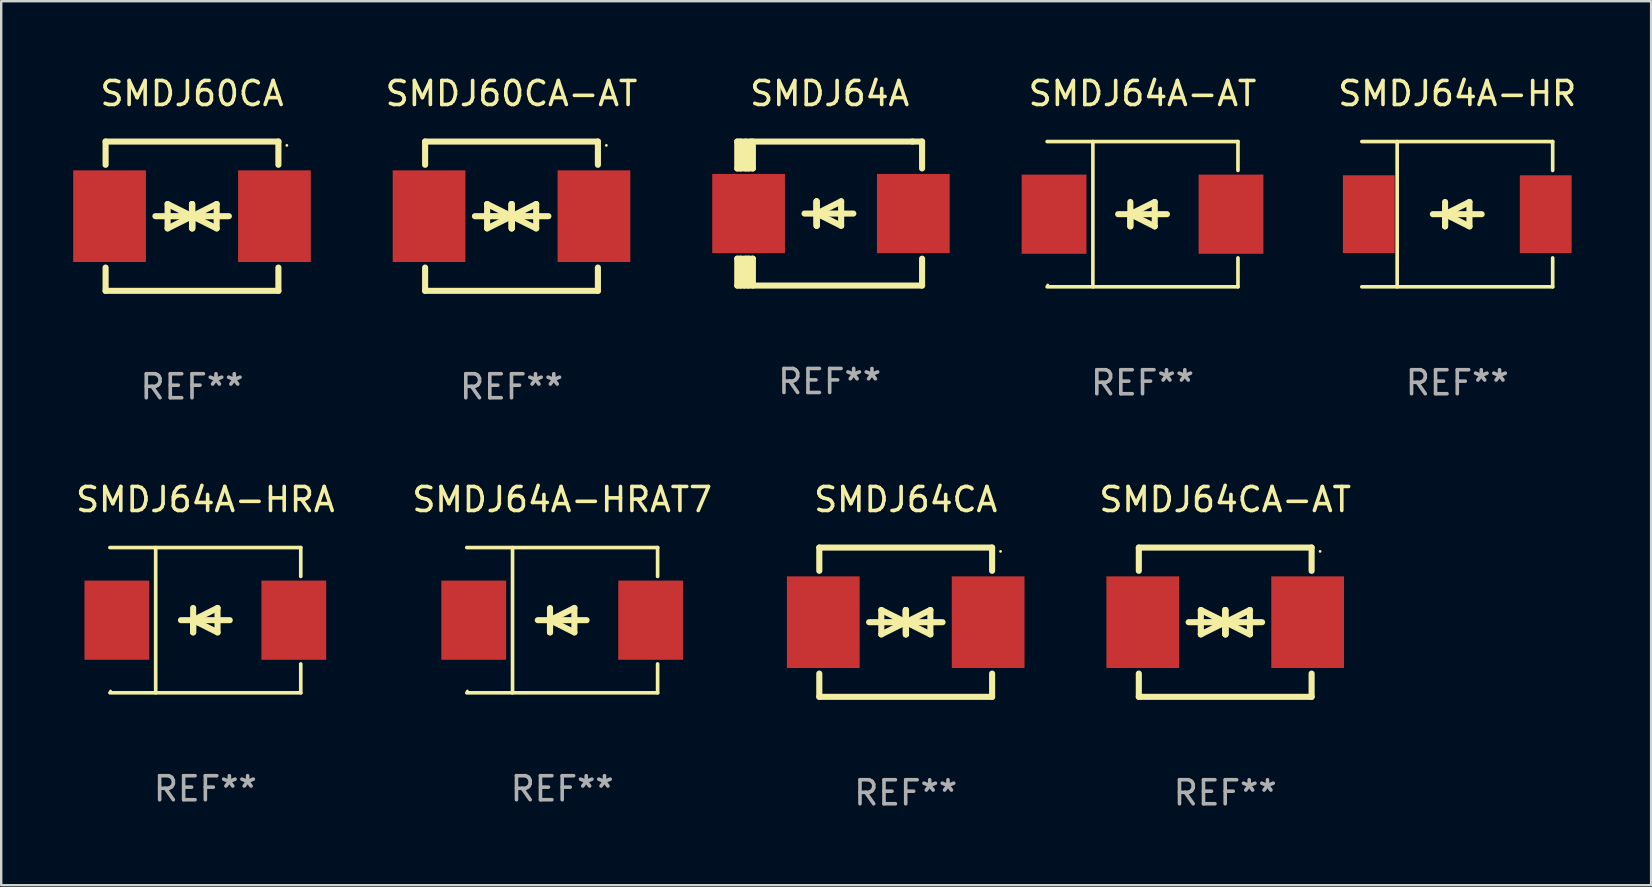
<source format=kicad_pcb>
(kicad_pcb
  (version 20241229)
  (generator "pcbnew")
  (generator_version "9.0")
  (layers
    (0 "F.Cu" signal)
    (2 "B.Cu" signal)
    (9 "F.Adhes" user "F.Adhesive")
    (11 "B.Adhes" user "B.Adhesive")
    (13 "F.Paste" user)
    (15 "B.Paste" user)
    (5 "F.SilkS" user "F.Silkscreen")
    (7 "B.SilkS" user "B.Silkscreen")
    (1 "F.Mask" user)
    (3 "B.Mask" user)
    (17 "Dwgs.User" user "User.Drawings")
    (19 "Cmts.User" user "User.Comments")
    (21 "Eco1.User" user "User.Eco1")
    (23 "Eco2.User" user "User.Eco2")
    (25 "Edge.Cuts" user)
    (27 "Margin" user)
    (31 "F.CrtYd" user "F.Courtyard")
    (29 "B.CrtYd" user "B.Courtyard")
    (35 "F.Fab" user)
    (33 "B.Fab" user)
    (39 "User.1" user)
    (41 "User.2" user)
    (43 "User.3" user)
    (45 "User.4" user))
  (footprint "SMDJ60CA-AT"
    (layer "F.Cu")
    (at 18.263 5.958)
    (property "Reference" "SMDJ60CA-AT" (at 0 -5.11 0) (layer "F.SilkS") (effects (font (size 1 1) (thickness 0.15))))
    (attr through_hole)
    (fp_line (start -3.6 -2.141) (end -3.6 -3.11) (stroke (width 0.254) (type solid)) (layer "F.SilkS"))
    (fp_line (start -3.6 3.11) (end -3.6 2.141) (stroke (width 0.254) (type solid)) (layer "F.SilkS"))
    (fp_line (start -1.524 0) (end 0.508 0) (stroke (width 0.254) (type solid)) (layer "F.SilkS"))
    (fp_line (start -1.016 -0.508) (end -1.016 0.508) (stroke (width 0.254) (type solid)) (layer "F.SilkS"))
    (fp_line (start -1.016 0.508) (end 0 0) (stroke (width 0.254) (type solid)) (layer "F.SilkS"))
    (fp_line (start 0 -0.508) (end 0 0.508) (stroke (width 0.254) (type solid)) (layer "F.SilkS"))
    (fp_line (start 0 0) (end -1.016 -0.508) (stroke (width 0.254) (type solid)) (layer "F.SilkS"))
    (fp_line (start 0 0) (end 0 -0.508) (stroke (width 0.254) (type solid)) (layer "F.SilkS"))
    (fp_line (start 0.012 0) (end 0.012 0.508) (stroke (width 0.254) (type solid)) (layer "F.SilkS"))
    (fp_line (start 0.012 0) (end 1.028 0.508) (stroke (width 0.254) (type solid)) (layer "F.SilkS"))
    (fp_line (start 0.012 0.508) (end 0.012 -0.508) (stroke (width 0.254) (type solid)) (layer "F.SilkS"))
    (fp_line (start 1.028 -0.508) (end 0.012 0) (stroke (width 0.254) (type solid)) (layer "F.SilkS"))
    (fp_line (start 1.028 0.508) (end 1.028 -0.508) (stroke (width 0.254) (type solid)) (layer "F.SilkS"))
    (fp_line (start 1.536 0) (end -0.496 0) (stroke (width 0.254) (type solid)) (layer "F.SilkS"))
    (fp_line (start 3.6 -3.11) (end -3.6 -3.11) (stroke (width 0.254) (type solid)) (layer "F.SilkS"))
    (fp_line (start 3.6 -2.141) (end 3.6 -3.11) (stroke (width 0.254) (type solid)) (layer "F.SilkS"))
    (fp_line (start 3.6 3.11) (end -3.6 3.11) (stroke (width 0.254) (type solid)) (layer "F.SilkS"))
    (fp_line (start 3.6 3.11) (end 3.6 2.141) (stroke (width 0.254) (type solid)) (layer "F.SilkS"))
    (fp_circle (center 3.952 -2.95) (end 3.982 -2.95) (stroke (width 0.06) (type solid)) (fill no) (layer "F.SilkS"))
    (fp_text user "REF**" (at 0 7.11 0) (layer "F.Fab") (effects (font (size 1 1) (thickness 0.15))))
    (pad "1" smd rect (at 3.435 0) (size 3.03 3.82) (layers "F.Cu" "F.Mask" "F.Paste"))
    (pad "2" smd rect (at -3.435 0) (size 3.03 3.82) (layers "F.Cu" "F.Mask" "F.Paste")))
  (footprint "SMDJ64A-HRAT7"
    (layer "F.Cu")
    (at 20.375 22.791)
    (property "Reference" "SMDJ64A-HRAT7" (at 0 -5.026 0) (layer "F.SilkS") (effects (font (size 1 1) (thickness 0.15))))
    (attr through_hole)
    (fp_line (start -3.976 -3.026) (end 3.976 -3.026) (stroke (width 0.152) (type solid)) (layer "F.SilkS"))
    (fp_line (start -3.976 3.026) (end 3.976 3.026) (stroke (width 0.152) (type solid)) (layer "F.SilkS"))
    (fp_line (start -2.069 -3.026) (end -2.069 3.026) (stroke (width 0.152) (type solid)) (layer "F.SilkS"))
    (fp_line (start -0.508 0) (end -0.508 0.508) (stroke (width 0.254) (type solid)) (layer "F.SilkS"))
    (fp_line (start -0.508 0) (end 0.508 0.508) (stroke (width 0.254) (type solid)) (layer "F.SilkS"))
    (fp_line (start -0.508 0.508) (end -0.508 -0.508) (stroke (width 0.254) (type solid)) (layer "F.SilkS"))
    (fp_line (start 0.508 -0.508) (end -0.508 0) (stroke (width 0.254) (type solid)) (layer "F.SilkS"))
    (fp_line (start 0.508 0.508) (end 0.508 -0.508) (stroke (width 0.254) (type solid)) (layer "F.SilkS"))
    (fp_line (start 1.016 0) (end -1.016 0) (stroke (width 0.254) (type solid)) (layer "F.SilkS"))
    (fp_line (start 3.976 -3.026) (end 3.976 -1.823) (stroke (width 0.152) (type solid)) (layer "F.SilkS"))
    (fp_line (start 3.976 3.026) (end 3.976 1.823) (stroke (width 0.152) (type solid)) (layer "F.SilkS"))
    (fp_circle (center -3.95 2.95) (end -3.92 2.95) (stroke (width 0.06) (type solid)) (fill no) (layer "F.SilkS"))
    (fp_text user "REF**" (at 0 7.026 0) (layer "F.Fab") (effects (font (size 1 1) (thickness 0.15))))
    (pad "1" smd rect (at -3.686 0) (size 2.7 3.3) (layers "F.Cu" "F.Mask" "F.Paste"))
    (pad "2" smd rect (at 3.686 0) (size 2.7 3.3) (layers "F.Cu" "F.Mask" "F.Paste")))
  (footprint "SMDJ64CA-AT"
    (layer "F.Cu")
    (at 48.001 22.875)
    (property "Reference" "SMDJ64CA-AT" (at 0 -5.11 0) (layer "F.SilkS") (effects (font (size 1 1) (thickness 0.15))))
    (attr through_hole)
    (fp_line (start -3.6 -2.141) (end -3.6 -3.11) (stroke (width 0.254) (type solid)) (layer "F.SilkS"))
    (fp_line (start -3.6 3.11) (end -3.6 2.141) (stroke (width 0.254) (type solid)) (layer "F.SilkS"))
    (fp_line (start -1.524 0) (end 0.508 0) (stroke (width 0.254) (type solid)) (layer "F.SilkS"))
    (fp_line (start -1.016 -0.508) (end -1.016 0.508) (stroke (width 0.254) (type solid)) (layer "F.SilkS"))
    (fp_line (start -1.016 0.508) (end 0 0) (stroke (width 0.254) (type solid)) (layer "F.SilkS"))
    (fp_line (start 0 -0.508) (end 0 0.508) (stroke (width 0.254) (type solid)) (layer "F.SilkS"))
    (fp_line (start 0 0) (end -1.016 -0.508) (stroke (width 0.254) (type solid)) (layer "F.SilkS"))
    (fp_line (start 0 0) (end 0 -0.508) (stroke (width 0.254) (type solid)) (layer "F.SilkS"))
    (fp_line (start 0.012 0) (end 0.012 0.508) (stroke (width 0.254) (type solid)) (layer "F.SilkS"))
    (fp_line (start 0.012 0) (end 1.028 0.508) (stroke (width 0.254) (type solid)) (layer "F.SilkS"))
    (fp_line (start 0.012 0.508) (end 0.012 -0.508) (stroke (width 0.254) (type solid)) (layer "F.SilkS"))
    (fp_line (start 1.028 -0.508) (end 0.012 0) (stroke (width 0.254) (type solid)) (layer "F.SilkS"))
    (fp_line (start 1.028 0.508) (end 1.028 -0.508) (stroke (width 0.254) (type solid)) (layer "F.SilkS"))
    (fp_line (start 1.536 0) (end -0.496 0) (stroke (width 0.254) (type solid)) (layer "F.SilkS"))
    (fp_line (start 3.6 -3.11) (end -3.6 -3.11) (stroke (width 0.254) (type solid)) (layer "F.SilkS"))
    (fp_line (start 3.6 -2.141) (end 3.6 -3.11) (stroke (width 0.254) (type solid)) (layer "F.SilkS"))
    (fp_line (start 3.6 3.11) (end -3.6 3.11) (stroke (width 0.254) (type solid)) (layer "F.SilkS"))
    (fp_line (start 3.6 3.11) (end 3.6 2.141) (stroke (width 0.254) (type solid)) (layer "F.SilkS"))
    (fp_circle (center 3.952 -2.95) (end 3.982 -2.95) (stroke (width 0.06) (type solid)) (fill no) (layer "F.SilkS"))
    (fp_text user "REF**" (at 0 7.11 0) (layer "F.Fab") (effects (font (size 1 1) (thickness 0.15))))
    (pad "1" smd rect (at 3.435 0) (size 3.03 3.82) (layers "F.Cu" "F.Mask" "F.Paste"))
    (pad "2" smd rect (at -3.435 0) (size 3.03 3.82) (layers "F.Cu" "F.Mask" "F.Paste")))
  (footprint "SMDJ64CA"
    (layer "F.Cu")
    (at 34.688 22.875)
    (property "Reference" "SMDJ64CA" (at 0 -5.11 0) (layer "F.SilkS") (effects (font (size 1 1) (thickness 0.15))))
    (attr through_hole)
    (fp_line (start -3.6 -2.141) (end -3.6 -3.11) (stroke (width 0.254) (type solid)) (layer "F.SilkS"))
    (fp_line (start -3.6 3.11) (end -3.6 2.141) (stroke (width 0.254) (type solid)) (layer "F.SilkS"))
    (fp_line (start -1.524 0) (end 0.508 0) (stroke (width 0.254) (type solid)) (layer "F.SilkS"))
    (fp_line (start -1.016 -0.508) (end -1.016 0.508) (stroke (width 0.254) (type solid)) (layer "F.SilkS"))
    (fp_line (start -1.016 0.508) (end 0 0) (stroke (width 0.254) (type solid)) (layer "F.SilkS"))
    (fp_line (start 0 -0.508) (end 0 0.508) (stroke (width 0.254) (type solid)) (layer "F.SilkS"))
    (fp_line (start 0 0) (end -1.016 -0.508) (stroke (width 0.254) (type solid)) (layer "F.SilkS"))
    (fp_line (start 0 0) (end 0 -0.508) (stroke (width 0.254) (type solid)) (layer "F.SilkS"))
    (fp_line (start 0.012 0) (end 0.012 0.508) (stroke (width 0.254) (type solid)) (layer "F.SilkS"))
    (fp_line (start 0.012 0) (end 1.028 0.508) (stroke (width 0.254) (type solid)) (layer "F.SilkS"))
    (fp_line (start 0.012 0.508) (end 0.012 -0.508) (stroke (width 0.254) (type solid)) (layer "F.SilkS"))
    (fp_line (start 1.028 -0.508) (end 0.012 0) (stroke (width 0.254) (type solid)) (layer "F.SilkS"))
    (fp_line (start 1.028 0.508) (end 1.028 -0.508) (stroke (width 0.254) (type solid)) (layer "F.SilkS"))
    (fp_line (start 1.536 0) (end -0.496 0) (stroke (width 0.254) (type solid)) (layer "F.SilkS"))
    (fp_line (start 3.6 -3.11) (end -3.6 -3.11) (stroke (width 0.254) (type solid)) (layer "F.SilkS"))
    (fp_line (start 3.6 -2.141) (end 3.6 -3.11) (stroke (width 0.254) (type solid)) (layer "F.SilkS"))
    (fp_line (start 3.6 3.11) (end -3.6 3.11) (stroke (width 0.254) (type solid)) (layer "F.SilkS"))
    (fp_line (start 3.6 3.11) (end 3.6 2.141) (stroke (width 0.254) (type solid)) (layer "F.SilkS"))
    (fp_circle (center 3.952 -2.95) (end 3.982 -2.95) (stroke (width 0.06) (type solid)) (fill no) (layer "F.SilkS"))
    (fp_text user "REF**" (at 0 7.11 0) (layer "F.Fab") (effects (font (size 1 1) (thickness 0.15))))
    (pad "1" smd rect (at 3.435 0) (size 3.03 3.82) (layers "F.Cu" "F.Mask" "F.Paste"))
    (pad "2" smd rect (at -3.435 0) (size 3.03 3.82) (layers "F.Cu" "F.Mask" "F.Paste")))
  (footprint "SMDJ64A-HRA"
    (layer "F.Cu")
    (at 5.506 22.791)
    (property "Reference" "SMDJ64A-HRA" (at 0 -5.026 0) (layer "F.SilkS") (effects (font (size 1 1) (thickness 0.15))))
    (attr through_hole)
    (fp_line (start -3.976 -3.026) (end 3.976 -3.026) (stroke (width 0.152) (type solid)) (layer "F.SilkS"))
    (fp_line (start -3.976 3.026) (end 3.976 3.026) (stroke (width 0.152) (type solid)) (layer "F.SilkS"))
    (fp_line (start -2.069 -3.026) (end -2.069 3.026) (stroke (width 0.152) (type solid)) (layer "F.SilkS"))
    (fp_line (start -0.508 0) (end -0.508 0.508) (stroke (width 0.254) (type solid)) (layer "F.SilkS"))
    (fp_line (start -0.508 0) (end 0.508 0.508) (stroke (width 0.254) (type solid)) (layer "F.SilkS"))
    (fp_line (start -0.508 0.508) (end -0.508 -0.508) (stroke (width 0.254) (type solid)) (layer "F.SilkS"))
    (fp_line (start 0.508 -0.508) (end -0.508 0) (stroke (width 0.254) (type solid)) (layer "F.SilkS"))
    (fp_line (start 0.508 0.508) (end 0.508 -0.508) (stroke (width 0.254) (type solid)) (layer "F.SilkS"))
    (fp_line (start 1.016 0) (end -1.016 0) (stroke (width 0.254) (type solid)) (layer "F.SilkS"))
    (fp_line (start 3.976 -3.026) (end 3.976 -1.823) (stroke (width 0.152) (type solid)) (layer "F.SilkS"))
    (fp_line (start 3.976 3.026) (end 3.976 1.823) (stroke (width 0.152) (type solid)) (layer "F.SilkS"))
    (fp_circle (center -3.95 2.95) (end -3.92 2.95) (stroke (width 0.06) (type solid)) (fill no) (layer "F.SilkS"))
    (fp_text user "REF**" (at 0 7.026 0) (layer "F.Fab") (effects (font (size 1 1) (thickness 0.15))))
    (pad "1" smd rect (at -3.686 0) (size 2.7 3.3) (layers "F.Cu" "F.Mask" "F.Paste"))
    (pad "2" smd rect (at 3.686 0) (size 2.7 3.3) (layers "F.Cu" "F.Mask" "F.Paste")))
  (footprint "SMDJ64A-HR"
    (layer "F.Cu")
    (at 57.67 5.874)
    (property "Reference" "SMDJ64A-HR" (at 0 -5.026 0) (layer "F.SilkS") (effects (font (size 1 1) (thickness 0.15))))
    (attr through_hole)
    (fp_line (start -3.976 -3.026) (end 3.976 -3.026) (stroke (width 0.152) (type solid)) (layer "F.SilkS"))
    (fp_line (start -3.976 3.026) (end 3.976 3.026) (stroke (width 0.152) (type solid)) (layer "F.SilkS"))
    (fp_line (start -2.504 -3.026) (end -2.504 3.026) (stroke (width 0.152) (type solid)) (layer "F.SilkS"))
    (fp_line (start -0.508 0) (end -0.508 0.508) (stroke (width 0.254) (type solid)) (layer "F.SilkS"))
    (fp_line (start -0.508 0) (end 0.508 0.508) (stroke (width 0.254) (type solid)) (layer "F.SilkS"))
    (fp_line (start -0.508 0.508) (end -0.508 -0.508) (stroke (width 0.254) (type solid)) (layer "F.SilkS"))
    (fp_line (start 0.508 -0.508) (end -0.508 0) (stroke (width 0.254) (type solid)) (layer "F.SilkS"))
    (fp_line (start 0.508 0.508) (end 0.508 -0.508) (stroke (width 0.254) (type solid)) (layer "F.SilkS"))
    (fp_line (start 1.016 0) (end -1.016 0) (stroke (width 0.254) (type solid)) (layer "F.SilkS"))
    (fp_line (start 3.976 -3.026) (end 3.976 -1.823) (stroke (width 0.152) (type solid)) (layer "F.SilkS"))
    (fp_line (start 3.976 3.026) (end 3.976 1.823) (stroke (width 0.152) (type solid)) (layer "F.SilkS"))
    (fp_circle (center 3.95 -2.95) (end 3.98 -2.95) (stroke (width 0.06) (type solid)) (fill no) (layer "F.SilkS"))
    (fp_text user "REF**" (at 0 7.026 0) (layer "F.Fab") (effects (font (size 1 1) (thickness 0.15))))
    (pad "1" smd rect (at 3.686 0 180) (size 2.158 3.24) (layers "F.Cu" "F.Mask" "F.Paste"))
    (pad "2" smd rect (at -3.686 0 180) (size 2.158 3.24) (layers "F.Cu" "F.Mask" "F.Paste")))
  (footprint "SMDJ64A"
    (layer "F.Cu")
    (at 31.52 5.848)
    (property "Reference" "SMDJ64A" (at 0 -5 0) (layer "F.SilkS") (effects (font (size 1 1) (thickness 0.15))))
    (attr through_hole)
    (fp_line (start -3.85 -1.881) (end -3.85 -3) (stroke (width 0.254) (type solid)) (layer "F.SilkS"))
    (fp_line (start -3.85 1.881) (end -3.2 1.881) (stroke (width 0.254) (type solid)) (layer "F.SilkS"))
    (fp_line (start -3.85 3) (end -3.85 1.881) (stroke (width 0.254) (type solid)) (layer "F.SilkS"))
    (fp_line (start -3.719 -1.881) (end -3.719 -3) (stroke (width 0.254) (type solid)) (layer "F.SilkS"))
    (fp_line (start -3.719 3) (end -3.719 1.881) (stroke (width 0.254) (type solid)) (layer "F.SilkS"))
    (fp_line (start -3.5 -3) (end -3.5 -1.881) (stroke (width 0.254) (type solid)) (layer "F.SilkS"))
    (fp_line (start -3.5 1.881) (end -3.5 2.944) (stroke (width 0.254) (type solid)) (layer "F.SilkS"))
    (fp_line (start -3.5 2.944) (end -3.556 3) (stroke (width 0.254) (type solid)) (layer "F.SilkS"))
    (fp_line (start -3.388 -2.906) (end -3.295 -3) (stroke (width 0.254) (type solid)) (layer "F.SilkS"))
    (fp_line (start -3.388 -1.881) (end -3.388 -2.906) (stroke (width 0.254) (type solid)) (layer "F.SilkS"))
    (fp_line (start -3.388 3) (end -3.388 1.881) (stroke (width 0.254) (type solid)) (layer "F.SilkS"))
    (fp_line (start -3.2 -3) (end -3.2 -1.881) (stroke (width 0.254) (type solid)) (layer "F.SilkS"))
    (fp_line (start -3.2 -1.881) (end -3.85 -1.881) (stroke (width 0.254) (type solid)) (layer "F.SilkS"))
    (fp_line (start -3.2 1.881) (end -3.2 3) (stroke (width 0.254) (type solid)) (layer "F.SilkS"))
    (fp_line (start -0.55 -0.508) (end -0.55 0.508) (stroke (width 0.254) (type solid)) (layer "F.SilkS"))
    (fp_line (start -0.55 0) (end -0.55 -0.508) (stroke (width 0.254) (type solid)) (layer "F.SilkS"))
    (fp_line (start -0.538 0) (end -0.538 0.508) (stroke (width 0.254) (type solid)) (layer "F.SilkS"))
    (fp_line (start -0.538 0) (end 0.478 0.508) (stroke (width 0.254) (type solid)) (layer "F.SilkS"))
    (fp_line (start -0.538 0.508) (end -0.538 -0.508) (stroke (width 0.254) (type solid)) (layer "F.SilkS"))
    (fp_line (start 0.478 -0.508) (end -0.538 0) (stroke (width 0.254) (type solid)) (layer "F.SilkS"))
    (fp_line (start 0.478 0.508) (end 0.478 -0.508) (stroke (width 0.254) (type solid)) (layer "F.SilkS"))
    (fp_line (start 0.986 0) (end -1.046 0) (stroke (width 0.254) (type solid)) (layer "F.SilkS"))
    (fp_line (start 3.45 -3) (end -3.85 -3) (stroke (width 0.254) (type solid)) (layer "F.SilkS"))
    (fp_line (start 3.45 -3) (end 3.85 -3) (stroke (width 0.254) (type solid)) (layer "F.SilkS"))
    (fp_line (start 3.85 -3) (end 3.85 -1.881) (stroke (width 0.254) (type solid)) (layer "F.SilkS"))
    (fp_line (start 3.85 1.881) (end 3.85 3) (stroke (width 0.254) (type solid)) (layer "F.SilkS"))
    (fp_line (start 3.85 3) (end -3.85 3) (stroke (width 0.254) (type solid)) (layer "F.SilkS"))
    (fp_circle (center -3.847 2.95) (end -3.817 2.95) (stroke (width 0.06) (type solid)) (fill no) (layer "F.SilkS"))
    (fp_text user "REF**" (at 0 7 0) (layer "F.Fab") (effects (font (size 1 1) (thickness 0.15))))
    (pad "1" smd rect (at -3.379 0) (size 3.03 3.3) (layers "F.Cu" "F.Mask" "F.Paste"))
    (pad "2" smd rect (at 3.485 0) (size 3.03 3.3) (layers "F.Cu" "F.Mask" "F.Paste")))
  (footprint "SMDJ60CA"
    (layer "F.Cu")
    (at 4.95 5.958)
    (property "Reference" "SMDJ60CA" (at 0 -5.11 0) (layer "F.SilkS") (effects (font (size 1 1) (thickness 0.15))))
    (attr through_hole)
    (fp_line (start -3.6 -2.141) (end -3.6 -3.11) (stroke (width 0.254) (type solid)) (layer "F.SilkS"))
    (fp_line (start -3.6 3.11) (end -3.6 2.141) (stroke (width 0.254) (type solid)) (layer "F.SilkS"))
    (fp_line (start -1.524 0) (end 0.508 0) (stroke (width 0.254) (type solid)) (layer "F.SilkS"))
    (fp_line (start -1.016 -0.508) (end -1.016 0.508) (stroke (width 0.254) (type solid)) (layer "F.SilkS"))
    (fp_line (start -1.016 0.508) (end 0 0) (stroke (width 0.254) (type solid)) (layer "F.SilkS"))
    (fp_line (start 0 -0.508) (end 0 0.508) (stroke (width 0.254) (type solid)) (layer "F.SilkS"))
    (fp_line (start 0 0) (end -1.016 -0.508) (stroke (width 0.254) (type solid)) (layer "F.SilkS"))
    (fp_line (start 0 0) (end 0 -0.508) (stroke (width 0.254) (type solid)) (layer "F.SilkS"))
    (fp_line (start 0.012 0) (end 0.012 0.508) (stroke (width 0.254) (type solid)) (layer "F.SilkS"))
    (fp_line (start 0.012 0) (end 1.028 0.508) (stroke (width 0.254) (type solid)) (layer "F.SilkS"))
    (fp_line (start 0.012 0.508) (end 0.012 -0.508) (stroke (width 0.254) (type solid)) (layer "F.SilkS"))
    (fp_line (start 1.028 -0.508) (end 0.012 0) (stroke (width 0.254) (type solid)) (layer "F.SilkS"))
    (fp_line (start 1.028 0.508) (end 1.028 -0.508) (stroke (width 0.254) (type solid)) (layer "F.SilkS"))
    (fp_line (start 1.536 0) (end -0.496 0) (stroke (width 0.254) (type solid)) (layer "F.SilkS"))
    (fp_line (start 3.6 -3.11) (end -3.6 -3.11) (stroke (width 0.254) (type solid)) (layer "F.SilkS"))
    (fp_line (start 3.6 -2.141) (end 3.6 -3.11) (stroke (width 0.254) (type solid)) (layer "F.SilkS"))
    (fp_line (start 3.6 3.11) (end -3.6 3.11) (stroke (width 0.254) (type solid)) (layer "F.SilkS"))
    (fp_line (start 3.6 3.11) (end 3.6 2.141) (stroke (width 0.254) (type solid)) (layer "F.SilkS"))
    (fp_circle (center 3.952 -2.95) (end 3.982 -2.95) (stroke (width 0.06) (type solid)) (fill no) (layer "F.SilkS"))
    (fp_text user "REF**" (at 0 7.11 0) (layer "F.Fab") (effects (font (size 1 1) (thickness 0.15))))
    (pad "1" smd rect (at 3.435 0) (size 3.03 3.82) (layers "F.Cu" "F.Mask" "F.Paste"))
    (pad "2" smd rect (at -3.435 0) (size 3.03 3.82) (layers "F.Cu" "F.Mask" "F.Paste")))
  (footprint "SMDJ64A-AT"
    (layer "F.Cu")
    (at 44.556 5.874)
    (property "Reference" "SMDJ64A-AT" (at 0 -5.026 0) (layer "F.SilkS") (effects (font (size 1 1) (thickness 0.15))))
    (attr through_hole)
    (fp_line (start -3.976 -3.026) (end 3.976 -3.026) (stroke (width 0.152) (type solid)) (layer "F.SilkS"))
    (fp_line (start -3.976 3.026) (end 3.976 3.026) (stroke (width 0.152) (type solid)) (layer "F.SilkS"))
    (fp_line (start -2.069 -3.026) (end -2.069 3.026) (stroke (width 0.152) (type solid)) (layer "F.SilkS"))
    (fp_line (start -0.508 0) (end -0.508 0.508) (stroke (width 0.254) (type solid)) (layer "F.SilkS"))
    (fp_line (start -0.508 0) (end 0.508 0.508) (stroke (width 0.254) (type solid)) (layer "F.SilkS"))
    (fp_line (start -0.508 0.508) (end -0.508 -0.508) (stroke (width 0.254) (type solid)) (layer "F.SilkS"))
    (fp_line (start 0.508 -0.508) (end -0.508 0) (stroke (width 0.254) (type solid)) (layer "F.SilkS"))
    (fp_line (start 0.508 0.508) (end 0.508 -0.508) (stroke (width 0.254) (type solid)) (layer "F.SilkS"))
    (fp_line (start 1.016 0) (end -1.016 0) (stroke (width 0.254) (type solid)) (layer "F.SilkS"))
    (fp_line (start 3.976 -3.026) (end 3.976 -1.823) (stroke (width 0.152) (type solid)) (layer "F.SilkS"))
    (fp_line (start 3.976 3.026) (end 3.976 1.823) (stroke (width 0.152) (type solid)) (layer "F.SilkS"))
    (fp_circle (center -3.95 2.95) (end -3.92 2.95) (stroke (width 0.06) (type solid)) (fill no) (layer "F.SilkS"))
    (fp_text user "REF**" (at 0 7.026 0) (layer "F.Fab") (effects (font (size 1 1) (thickness 0.15))))
    (pad "1" smd rect (at -3.686 0) (size 2.7 3.3) (layers "F.Cu" "F.Mask" "F.Paste"))
    (pad "2" smd rect (at 3.686 0) (size 2.7 3.3) (layers "F.Cu" "F.Mask" "F.Paste")))
  (gr_rect
    (start -3 -3)
    (end 65.747 33.833)
    (stroke (width 0.1) (type default))
    (fill no)
    (layer "Edge.Cuts")))
</source>
